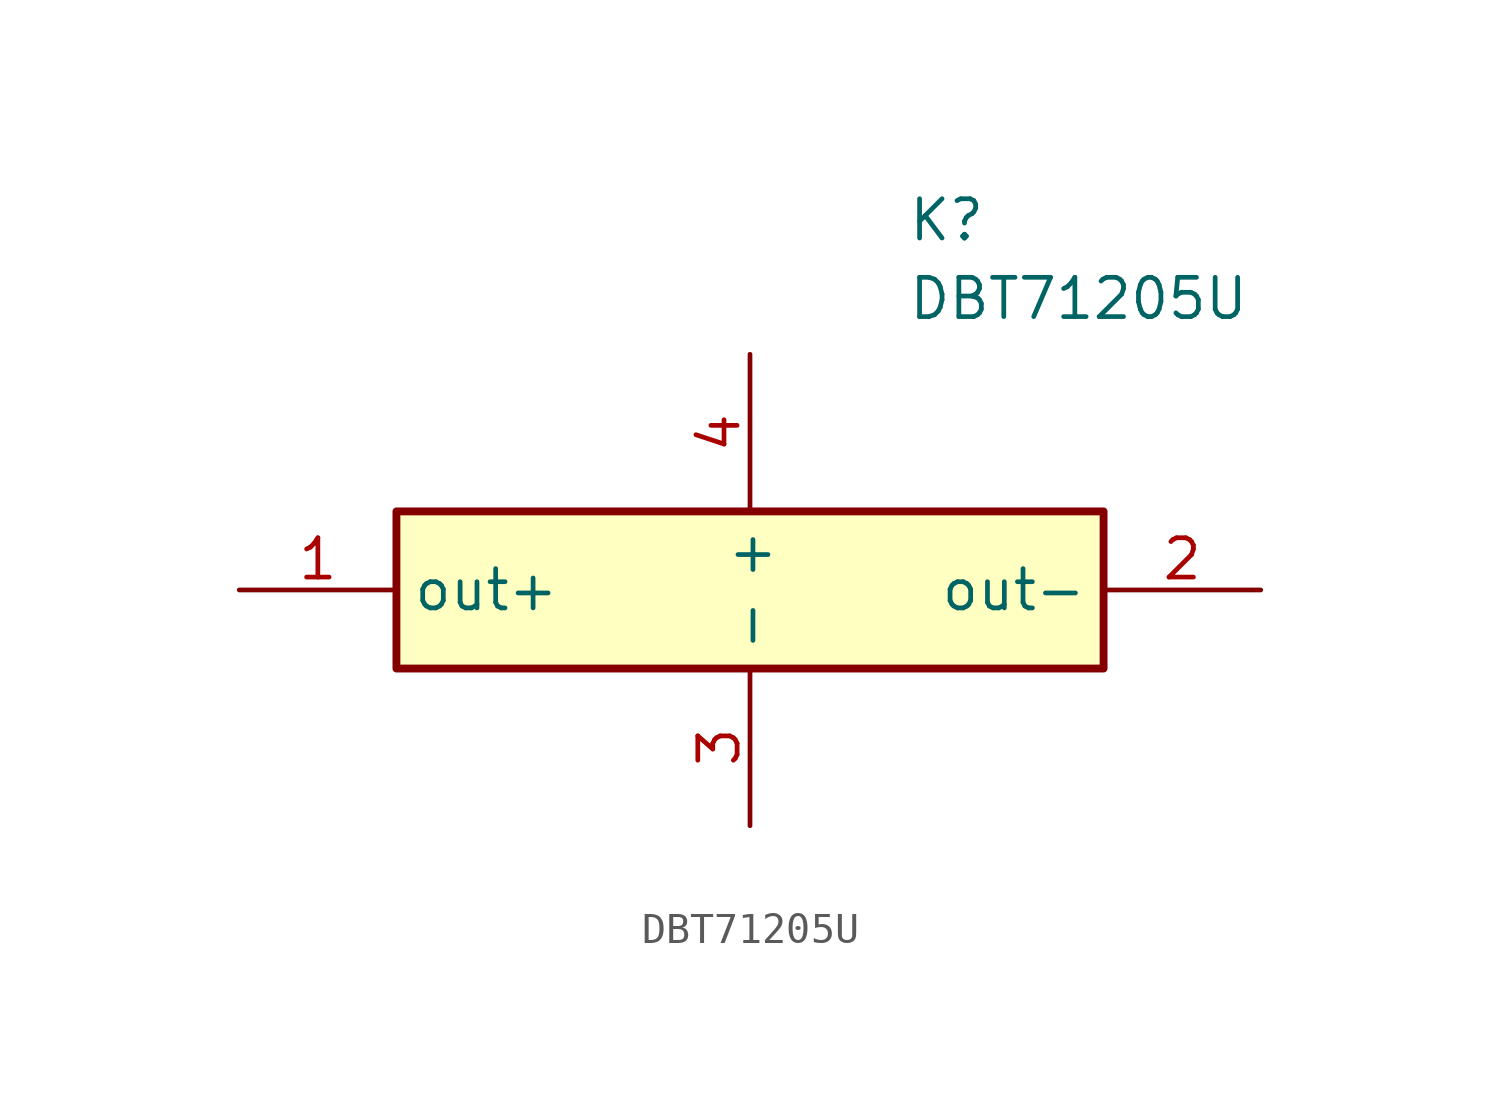
<source format=kicad_sym>
(kicad_symbol_lib
  (version 20241209)
  (generator "kicad_symbol_editor")
  (generator_version "9.0")
  (symbol "DBT71205U"
    (property "Reference" "K"
      (at 21.59 12.7 0)
      (effects (font (size 1.27 1.27)) (justify left top)))
    (property "Value" "DBT71205U"
      (at 21.59 10.16 0)
      (effects (font (size 1.27 1.27)) (justify left top)))
    (symbol "DBT71205U_1_1"
      (rectangle (start 5.08 2.54) (end 27.94 -2.54) (stroke (width 0.254) (type default)) (fill (type background)))
      (pin passive line (at 0 0 0) (length 5.08) (name "out+" (effects (font (size 1.27 1.27)))) (number "1" (effects (font (size 1.27 1.27)))))
      (pin passive line (at 16.51 7.62 270) (length 5.08) (name "+" (effects (font (size 1.27 1.27)))) (number "4" (effects (font (size 1.27 1.27)))))
      (pin passive line (at 16.51 -7.62 90) (length 5.08) (name "-" (effects (font (size 1.27 1.27)))) (number "3" (effects (font (size 1.27 1.27)))))
      (pin passive line (at 33.02 0 180) (length 5.08) (name "out-" (effects (font (size 1.27 1.27)))) (number "2" (effects (font (size 1.27 1.27))))))))
</source>
